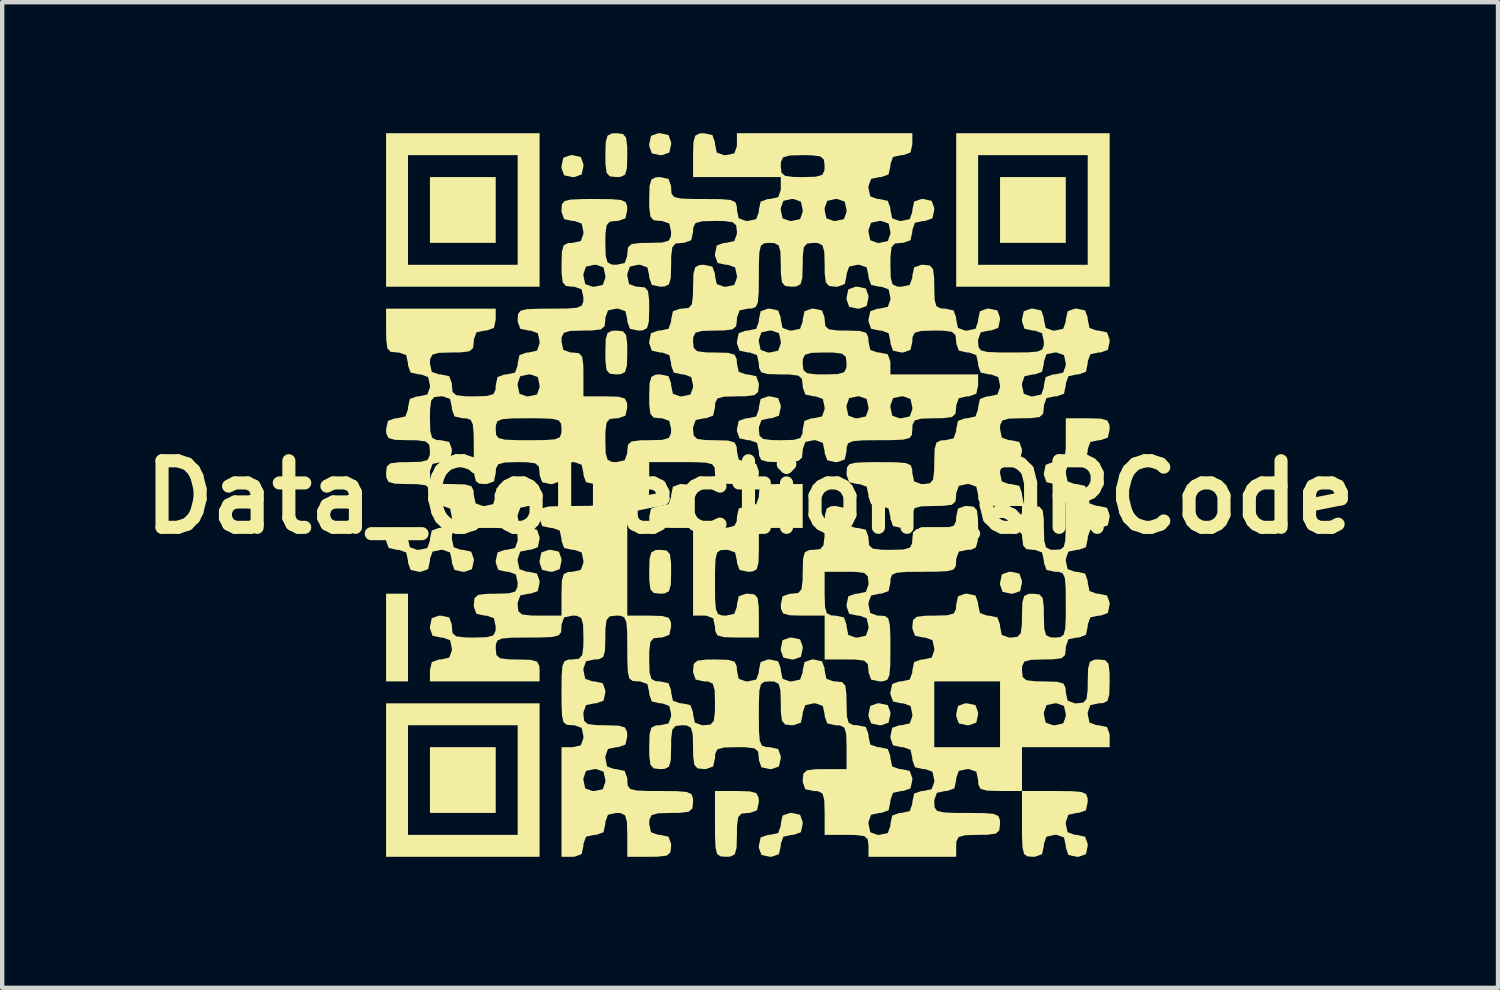
<source format=kicad_pcb>
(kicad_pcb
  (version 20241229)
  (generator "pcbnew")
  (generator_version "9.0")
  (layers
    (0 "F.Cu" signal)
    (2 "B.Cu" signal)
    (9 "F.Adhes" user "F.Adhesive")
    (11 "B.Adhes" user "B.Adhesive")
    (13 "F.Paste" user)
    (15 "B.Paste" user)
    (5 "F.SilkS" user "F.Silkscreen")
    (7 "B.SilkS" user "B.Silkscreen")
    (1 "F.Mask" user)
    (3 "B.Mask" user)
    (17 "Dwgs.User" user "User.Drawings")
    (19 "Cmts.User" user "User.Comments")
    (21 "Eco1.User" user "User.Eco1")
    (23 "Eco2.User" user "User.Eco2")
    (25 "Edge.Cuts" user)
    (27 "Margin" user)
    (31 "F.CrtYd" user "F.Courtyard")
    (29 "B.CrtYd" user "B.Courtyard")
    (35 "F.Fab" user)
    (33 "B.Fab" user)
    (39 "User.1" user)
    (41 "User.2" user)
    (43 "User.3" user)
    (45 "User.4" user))
  (footprint "Data_Collection_QRCode"
    (layer "F.Cu")
    (at 14.122 8.333)
    (property "Reference" "Data_Collection_QRCode" (at 0 0 0) (layer "F.SilkS") (effects (font (size 1.524 1.524) (thickness 0.3))))
    (attr board_only exclude_from_pos_files exclude_from_bom)
    (fp_poly (pts (xy -7.831 4.217) (xy -8.333 4.217) (xy -8.333 2.209) (xy -7.831 2.209)) (stroke (width 0) (type solid)) (fill yes) (layer "F.SilkS"))
    (fp_poly (pts (xy -5.823 -5.823) (xy -7.329 -5.823) (xy -7.329 -7.329) (xy -5.823 -7.329)) (stroke (width 0) (type solid)) (fill yes) (layer "F.SilkS"))
    (fp_poly (pts (xy -5.823 7.228) (xy -7.329 7.228) (xy -7.329 5.723) (xy -5.823 5.723)) (stroke (width 0) (type solid)) (fill yes) (layer "F.SilkS"))
    (fp_poly (pts (xy 7.228 -5.823) (xy 5.723 -5.823) (xy 5.723 -7.329) (xy 7.228 -7.329)) (stroke (width 0) (type solid)) (fill yes) (layer "F.SilkS"))
    (fp_poly (pts (xy -4.819 -4.819) (xy -8.333 -4.819) (xy -8.333 -5.321) (xy -7.831 -5.321) (xy -5.321 -5.321) (xy -5.321 -7.831) (xy -7.831 -7.831) (xy -7.831 -5.321) (xy -8.333 -5.321) (xy -8.333 -8.333) (xy -4.819 -8.333)) (stroke (width 0) (type solid)) (fill yes) (layer "F.SilkS"))
    (fp_poly (pts (xy -4.819 8.232) (xy -8.333 8.232) (xy -8.333 7.73) (xy -7.831 7.73) (xy -5.321 7.73) (xy -5.321 5.221) (xy -7.831 5.221) (xy -7.831 7.73) (xy -8.333 7.73) (xy -8.333 4.719) (xy -4.819 4.719)) (stroke (width 0) (type solid)) (fill yes) (layer "F.SilkS"))
    (fp_poly (pts (xy 8.232 -4.819) (xy 4.719 -4.819) (xy 4.719 -5.321) (xy 5.221 -5.321) (xy 7.73 -5.321) (xy 7.73 -7.831) (xy 5.221 -7.831) (xy 5.221 -5.321) (xy 4.719 -5.321) (xy 4.719 -8.333) (xy 8.232 -8.333)) (stroke (width 0) (type solid)) (fill yes) (layer "F.SilkS"))
    (fp_poly (pts (xy -4.377 1.246) (xy -4.318 1.409) (xy -4.317 1.456) (xy -4.358 1.647) (xy -4.522 1.706) (xy -4.568 1.707) (xy -4.759 1.665) (xy -4.818 1.502) (xy -4.819 1.456) (xy -4.778 1.265) (xy -4.614 1.206) (xy -4.568 1.205)) (stroke (width 0) (type solid)) (fill yes) (layer "F.SilkS"))
    (fp_poly (pts (xy -3.875 -7.789) (xy -3.816 -7.626) (xy -3.815 -7.58) (xy -3.856 -7.389) (xy -4.02 -7.33) (xy -4.066 -7.329) (xy -4.257 -7.37) (xy -4.316 -7.534) (xy -4.317 -7.58) (xy -4.276 -7.771) (xy -4.112 -7.83) (xy -4.066 -7.831)) (stroke (width 0) (type solid)) (fill yes) (layer "F.SilkS"))
    (fp_poly (pts (xy -1.867 -8.291) (xy -1.808 -8.128) (xy -1.807 -8.082) (xy -1.849 -7.891) (xy -2.012 -7.832) (xy -2.058 -7.831) (xy -2.249 -7.872) (xy -2.308 -8.036) (xy -2.309 -8.082) (xy -2.268 -8.273) (xy -2.104 -8.332) (xy -2.058 -8.333)) (stroke (width 0) (type solid)) (fill yes) (layer "F.SilkS"))
    (fp_poly (pts (xy 1.145 3.254) (xy 1.204 3.417) (xy 1.205 3.464) (xy 1.163 3.655) (xy 1 3.714) (xy 0.954 3.715) (xy 0.763 3.673) (xy 0.704 3.51) (xy 0.703 3.464) (xy 0.744 3.273) (xy 0.908 3.214) (xy 0.954 3.213)) (stroke (width 0) (type solid)) (fill yes) (layer "F.SilkS"))
    (fp_poly (pts (xy 2.651 -4.778) (xy 2.71 -4.614) (xy 2.711 -4.568) (xy 2.669 -4.377) (xy 2.506 -4.318) (xy 2.46 -4.317) (xy 2.269 -4.358) (xy 2.21 -4.522) (xy 2.209 -4.568) (xy 2.25 -4.759) (xy 2.413 -4.818) (xy 2.46 -4.819)) (stroke (width 0) (type solid)) (fill yes) (layer "F.SilkS"))
    (fp_poly (pts (xy 3.153 4.76) (xy 3.212 4.923) (xy 3.213 4.97) (xy 3.171 5.161) (xy 3.008 5.219) (xy 2.962 5.221) (xy 2.771 5.179) (xy 2.712 5.016) (xy 2.711 4.97) (xy 2.752 4.779) (xy 2.915 4.72) (xy 2.962 4.719)) (stroke (width 0) (type solid)) (fill yes) (layer "F.SilkS"))
    (fp_poly (pts (xy 5.161 4.76) (xy 5.219 4.923) (xy 5.221 4.97) (xy 5.179 5.161) (xy 5.016 5.219) (xy 4.97 5.221) (xy 4.779 5.179) (xy 4.72 5.016) (xy 4.719 4.97) (xy 4.76 4.779) (xy 4.923 4.72) (xy 4.97 4.719)) (stroke (width 0) (type solid)) (fill yes) (layer "F.SilkS"))
    (fp_poly (pts (xy 6.165 1.748) (xy 6.223 1.911) (xy 6.225 1.958) (xy 6.183 2.149) (xy 6.02 2.208) (xy 5.974 2.209) (xy 5.782 2.167) (xy 5.724 2.004) (xy 5.723 1.958) (xy 5.764 1.767) (xy 5.927 1.708) (xy 5.974 1.707)) (stroke (width 0) (type solid)) (fill yes) (layer "F.SilkS"))
    (fp_poly (pts (xy -2.913 -8.317) (xy -2.839 -8.233) (xy -2.813 -8.032) (xy -2.811 -7.831) (xy -2.819 -7.533) (xy -2.861 -7.384) (xy -2.961 -7.334) (xy -3.062 -7.329) (xy -3.211 -7.345) (xy -3.285 -7.428) (xy -3.311 -7.629) (xy -3.313 -7.831) (xy -3.305 -8.129) (xy -3.263 -8.277) (xy -3.163 -8.328) (xy -3.062 -8.333)) (stroke (width 0) (type solid)) (fill yes) (layer "F.SilkS"))
    (fp_poly (pts (xy -2.913 -3.799) (xy -2.839 -3.716) (xy -2.813 -3.514) (xy -2.811 -3.313) (xy -2.819 -3.015) (xy -2.861 -2.867) (xy -2.961 -2.816) (xy -3.062 -2.811) (xy -3.211 -2.827) (xy -3.285 -2.91) (xy -3.311 -3.112) (xy -3.313 -3.313) (xy -3.305 -3.611) (xy -3.263 -3.76) (xy -3.163 -3.81) (xy -3.062 -3.815)) (stroke (width 0) (type solid)) (fill yes) (layer "F.SilkS"))
    (fp_poly (pts (xy -1.909 1.221) (xy -1.835 1.304) (xy -1.809 1.505) (xy -1.807 1.707) (xy -1.815 2.005) (xy -1.857 2.153) (xy -1.957 2.204) (xy -2.058 2.209) (xy -2.207 2.192) (xy -2.281 2.109) (xy -2.307 1.908) (xy -2.309 1.707) (xy -2.301 1.409) (xy -2.259 1.26) (xy -2.159 1.209) (xy -2.058 1.205)) (stroke (width 0) (type solid)) (fill yes) (layer "F.SilkS"))
    (fp_poly (pts (xy -1.407 -0.285) (xy -1.333 -0.202) (xy -1.308 -0.001) (xy -1.305 0.201) (xy -1.305 0.703) (xy -1.807 0.703) (xy -2.105 0.695) (xy -2.254 0.653) (xy -2.304 0.553) (xy -2.309 0.452) (xy -2.268 0.261) (xy -2.104 0.202) (xy -2.058 0.201) (xy -1.867 0.159) (xy -1.808 -0.004) (xy -1.807 -0.05) (xy -1.766 -0.241) (xy -1.602 -0.3) (xy -1.556 -0.301)) (stroke (width 0) (type solid)) (fill yes) (layer "F.SilkS"))
    (fp_poly (pts (xy -0.003 6.735) (xy 0.145 6.776) (xy 0.196 6.877) (xy 0.201 6.977) (xy 0.159 7.169) (xy -0.004 7.227) (xy -0.05 7.228) (xy -0.199 7.245) (xy -0.273 7.328) (xy -0.299 7.529) (xy -0.301 7.73) (xy -0.309 8.028) (xy -0.351 8.177) (xy -0.451 8.228) (xy -0.552 8.232) (xy -0.68 8.223) (xy -0.755 8.167) (xy -0.791 8.021) (xy -0.802 7.744) (xy -0.803 7.479) (xy -0.803 6.726) (xy -0.301 6.726)) (stroke (width 0) (type solid)) (fill yes) (layer "F.SilkS"))
    (fp_poly (pts (xy 1.145 7.27) (xy 1.204 7.433) (xy 1.205 7.479) (xy 1.163 7.67) (xy 1 7.729) (xy 0.954 7.73) (xy 0.763 7.772) (xy 0.704 7.935) (xy 0.703 7.981) (xy 0.661 8.172) (xy 0.498 8.231) (xy 0.452 8.232) (xy 0.261 8.191) (xy 0.202 8.028) (xy 0.201 7.981) (xy 0.242 7.79) (xy 0.406 7.731) (xy 0.452 7.73) (xy 0.643 7.689) (xy 0.702 7.526) (xy 0.703 7.479) (xy 0.744 7.288) (xy 0.908 7.23) (xy 0.954 7.228)) (stroke (width 0) (type solid)) (fill yes) (layer "F.SilkS"))
    (fp_poly (pts (xy 7.36 6.73) (xy 7.585 6.748) (xy 7.693 6.797) (xy 7.728 6.889) (xy 7.73 6.977) (xy 7.689 7.169) (xy 7.526 7.227) (xy 7.479 7.228) (xy 7.288 7.27) (xy 7.23 7.433) (xy 7.228 7.479) (xy 7.27 7.67) (xy 7.433 7.729) (xy 7.479 7.73) (xy 7.67 7.772) (xy 7.729 7.935) (xy 7.73 7.981) (xy 7.689 8.172) (xy 7.526 8.231) (xy 7.479 8.232) (xy 7.288 8.191) (xy 7.23 8.028) (xy 7.228 7.981) (xy 7.187 7.79) (xy 7.024 7.731) (xy 6.977 7.73) (xy 6.786 7.772) (xy 6.728 7.935) (xy 6.726 7.981) (xy 6.685 8.172) (xy 6.522 8.231) (xy 6.475 8.232) (xy 6.348 8.223) (xy 6.273 8.167) (xy 6.237 8.021) (xy 6.225 7.744) (xy 6.225 7.479) (xy 6.225 6.726) (xy 6.977 6.726)) (stroke (width 0) (type solid)) (fill yes) (layer "F.SilkS"))
    (fp_poly (pts (xy 1.205 0.703) (xy 0.201 0.703) (xy 0.201 1.205) (xy 0.193 1.503) (xy 0.151 1.651) (xy 0.051 1.702) (xy -0.05 1.707) (xy -0.241 1.665) (xy -0.3 1.502) (xy -0.301 1.456) (xy -0.343 1.265) (xy -0.506 1.206) (xy -0.552 1.205) (xy -0.68 1.214) (xy -0.755 1.27) (xy -0.791 1.416) (xy -0.802 1.693) (xy -0.803 1.958) (xy -0.8 2.341) (xy -0.781 2.565) (xy -0.733 2.674) (xy -0.64 2.708) (xy -0.552 2.711) (xy -0.361 2.669) (xy -0.302 2.506) (xy -0.301 2.46) (xy -0.26 2.269) (xy -0.096 2.21) (xy -0.05 2.209) (xy 0.099 2.225) (xy 0.173 2.308) (xy 0.198 2.509) (xy 0.201 2.711) (xy 0.201 3.213) (xy -0.301 3.213) (xy -0.599 3.205) (xy -0.748 3.163) (xy -0.798 3.062) (xy -0.803 2.962) (xy -0.845 2.771) (xy -1.008 2.712) (xy -1.054 2.711) (xy -1.305 2.711) (xy -1.305 0.703) (xy -0.803 0.703) (xy -0.505 0.695) (xy -0.357 0.653) (xy -0.306 0.553) (xy -0.301 0.452) (xy -0.26 0.261) (xy -0.096 0.202) (xy -0.05 0.201) (xy 0.141 0.159) (xy 0.2 -0.004) (xy 0.201 -0.05) (xy 0.217 -0.199) (xy 0.3 -0.273) (xy 0.501 -0.299) (xy 0.703 -0.301) (xy 1.205 -0.301)) (stroke (width 0) (type solid)) (fill yes) (layer "F.SilkS"))
    (fp_poly (pts (xy 5.119 0.217) (xy 5.193 0.3) (xy 5.218 0.501) (xy 5.221 0.703) (xy 5.212 1.001) (xy 5.171 1.149) (xy 5.07 1.2) (xy 4.97 1.205) (xy 4.779 1.246) (xy 4.72 1.409) (xy 4.719 1.456) (xy 4.709 1.583) (xy 4.653 1.658) (xy 4.507 1.694) (xy 4.23 1.706) (xy 3.966 1.707) (xy 3.583 1.71) (xy 3.358 1.729) (xy 3.25 1.777) (xy 3.215 1.87) (xy 3.213 1.958) (xy 3.171 2.149) (xy 3.008 2.208) (xy 2.962 2.209) (xy 2.771 2.25) (xy 2.712 2.413) (xy 2.711 2.46) (xy 2.752 2.651) (xy 2.915 2.71) (xy 2.962 2.711) (xy 3.089 2.72) (xy 3.164 2.776) (xy 3.2 2.922) (xy 3.212 3.199) (xy 3.213 3.464) (xy 3.21 3.847) (xy 3.191 4.071) (xy 3.142 4.179) (xy 3.05 4.214) (xy 2.962 4.217) (xy 2.771 4.175) (xy 2.712 4.012) (xy 2.711 3.966) (xy 2.694 3.817) (xy 2.611 3.742) (xy 2.41 3.717) (xy 2.209 3.715) (xy 1.707 3.715) (xy 1.707 2.711) (xy 1.205 2.711) (xy 0.907 2.703) (xy 0.758 2.661) (xy 0.708 2.56) (xy 0.703 2.46) (xy 0.744 2.269) (xy 0.908 2.21) (xy 0.954 2.209) (xy 1.707 2.209) (xy 1.715 2.507) (xy 1.756 2.655) (xy 1.857 2.706) (xy 1.958 2.711) (xy 2.149 2.752) (xy 2.208 2.915) (xy 2.209 2.962) (xy 2.25 3.153) (xy 2.413 3.212) (xy 2.46 3.213) (xy 2.651 3.171) (xy 2.71 3.008) (xy 2.711 2.962) (xy 2.669 2.771) (xy 2.506 2.712) (xy 2.46 2.711) (xy 2.269 2.669) (xy 2.21 2.506) (xy 2.209 2.46) (xy 2.25 2.269) (xy 2.413 2.21) (xy 2.46 2.209) (xy 2.651 2.167) (xy 2.71 2.004) (xy 2.711 1.958) (xy 2.694 1.809) (xy 2.611 1.734) (xy 2.41 1.709) (xy 2.209 1.707) (xy 1.707 1.707) (xy 1.707 2.209) (xy 0.954 2.209) (xy 1.103 2.192) (xy 1.177 2.109) (xy 1.202 1.908) (xy 1.205 1.707) (xy 1.213 1.409) (xy 1.254 1.26) (xy 1.355 1.209) (xy 1.456 1.205) (xy 1.605 1.188) (xy 1.679 1.105) (xy 1.704 0.904) (xy 1.707 0.703) (xy 1.715 0.405) (xy 1.756 0.256) (xy 1.857 0.206) (xy 1.958 0.201) (xy 2.149 0.242) (xy 2.208 0.406) (xy 2.209 0.452) (xy 2.25 0.643) (xy 2.413 0.702) (xy 2.46 0.703) (xy 2.651 0.744) (xy 2.71 0.908) (xy 2.711 0.954) (xy 2.727 1.103) (xy 2.81 1.177) (xy 3.011 1.202) (xy 3.213 1.205) (xy 3.511 1.197) (xy 3.659 1.155) (xy 3.71 1.054) (xy 3.715 0.954) (xy 3.731 0.805) (xy 3.814 0.73) (xy 4.015 0.705) (xy 4.217 0.703) (xy 4.515 0.695) (xy 4.663 0.653) (xy 4.714 0.553) (xy 4.719 0.452) (xy 4.76 0.261) (xy 4.923 0.202) (xy 4.97 0.201)) (stroke (width 0) (type solid)) (fill yes) (layer "F.SilkS"))
    (fp_poly (pts (xy 1.647 -4.276) (xy 1.706 -4.112) (xy 1.707 -4.066) (xy 1.723 -3.917) (xy 1.806 -3.843) (xy 2.007 -3.817) (xy 2.209 -3.815) (xy 2.507 -3.807) (xy 2.655 -3.765) (xy 2.706 -3.665) (xy 2.711 -3.564) (xy 2.752 -3.373) (xy 2.915 -3.314) (xy 2.962 -3.313) (xy 3.153 -3.272) (xy 3.212 -3.108) (xy 3.213 -3.062) (xy 3.213 -2.811) (xy 5.221 -2.811) (xy 5.221 -2.56) (xy 5.179 -2.369) (xy 5.016 -2.31) (xy 4.97 -2.309) (xy 4.779 -2.268) (xy 4.72 -2.104) (xy 4.719 -2.058) (xy 4.702 -1.909) (xy 4.619 -1.835) (xy 4.418 -1.809) (xy 4.217 -1.807) (xy 3.919 -1.799) (xy 3.77 -1.757) (xy 3.719 -1.657) (xy 3.715 -1.556) (xy 3.705 -1.428) (xy 3.649 -1.354) (xy 3.503 -1.318) (xy 3.226 -1.306) (xy 2.962 -1.305) (xy 2.579 -1.302) (xy 2.354 -1.283) (xy 2.246 -1.235) (xy 2.211 -1.142) (xy 2.209 -1.054) (xy 2.167 -0.863) (xy 2.004 -0.804) (xy 1.958 -0.803) (xy 1.767 -0.845) (xy 1.708 -1.008) (xy 1.707 -1.054) (xy 1.665 -1.245) (xy 1.502 -1.304) (xy 1.456 -1.305) (xy 1.265 -1.264) (xy 1.206 -1.1) (xy 1.205 -1.054) (xy 1.188 -0.905) (xy 1.105 -0.831) (xy 0.904 -0.806) (xy 0.703 -0.803) (xy 0.405 -0.811) (xy 0.256 -0.853) (xy 0.206 -0.953) (xy 0.201 -1.054) (xy 0.159 -1.245) (xy -0.004 -1.304) (xy -0.05 -1.305) (xy -0.241 -1.347) (xy -0.3 -1.51) (xy -0.301 -1.556) (xy -0.26 -1.747) (xy -0.096 -1.806) (xy -0.05 -1.807) (xy 0.141 -1.849) (xy 0.2 -2.012) (xy 0.201 -2.058) (xy 0.242 -2.249) (xy 0.406 -2.308) (xy 0.452 -2.309) (xy 0.643 -2.268) (xy 0.702 -2.104) (xy 0.703 -2.058) (xy 0.661 -1.867) (xy 0.498 -1.808) (xy 0.452 -1.807) (xy 0.261 -1.766) (xy 0.202 -1.602) (xy 0.201 -1.556) (xy 0.217 -1.407) (xy 0.3 -1.333) (xy 0.501 -1.308) (xy 0.703 -1.305) (xy 1.001 -1.313) (xy 1.149 -1.355) (xy 1.2 -1.455) (xy 1.205 -1.556) (xy 1.246 -1.747) (xy 1.409 -1.806) (xy 1.456 -1.807) (xy 1.647 -1.849) (xy 1.706 -2.012) (xy 1.707 -2.058) (xy 2.209 -2.058) (xy 2.25 -1.867) (xy 2.413 -1.808) (xy 2.46 -1.807) (xy 2.651 -1.849) (xy 2.71 -2.012) (xy 2.711 -2.058) (xy 3.213 -2.058) (xy 3.254 -1.867) (xy 3.417 -1.808) (xy 3.464 -1.807) (xy 3.655 -1.849) (xy 3.714 -2.012) (xy 3.715 -2.058) (xy 3.673 -2.249) (xy 3.51 -2.308) (xy 3.464 -2.309) (xy 3.273 -2.268) (xy 3.214 -2.104) (xy 3.213 -2.058) (xy 2.711 -2.058) (xy 2.669 -2.249) (xy 2.506 -2.308) (xy 2.46 -2.309) (xy 2.269 -2.268) (xy 2.21 -2.104) (xy 2.209 -2.058) (xy 1.707 -2.058) (xy 1.665 -2.249) (xy 1.502 -2.308) (xy 1.456 -2.309) (xy 1.265 -2.351) (xy 1.206 -2.514) (xy 1.205 -2.56) (xy 1.188 -2.709) (xy 1.105 -2.783) (xy 0.904 -2.809) (xy 0.703 -2.811) (xy 0.405 -2.819) (xy 0.256 -2.861) (xy 0.206 -2.961) (xy 0.201 -3.062) (xy 1.205 -3.062) (xy 1.221 -2.913) (xy 1.304 -2.839) (xy 1.505 -2.813) (xy 1.707 -2.811) (xy 2.005 -2.819) (xy 2.153 -2.861) (xy 2.204 -2.961) (xy 2.209 -3.062) (xy 2.192 -3.211) (xy 2.109 -3.285) (xy 1.908 -3.311) (xy 1.707 -3.313) (xy 1.409 -3.305) (xy 1.26 -3.263) (xy 1.209 -3.163) (xy 1.205 -3.062) (xy 0.201 -3.062) (xy 0.159 -3.253) (xy -0.004 -3.312) (xy -0.05 -3.313) (xy -0.241 -3.355) (xy -0.3 -3.518) (xy -0.301 -3.564) (xy 0.201 -3.564) (xy 0.242 -3.373) (xy 0.406 -3.314) (xy 0.452 -3.313) (xy 0.643 -3.355) (xy 0.702 -3.518) (xy 0.703 -3.564) (xy 0.661 -3.755) (xy 0.498 -3.814) (xy 0.452 -3.815) (xy 0.261 -3.774) (xy 0.202 -3.61) (xy 0.201 -3.564) (xy -0.301 -3.564) (xy -0.26 -3.755) (xy -0.096 -3.814) (xy -0.05 -3.815) (xy 0.141 -3.856) (xy 0.2 -4.02) (xy 0.201 -4.066) (xy 0.242 -4.257) (xy 0.406 -4.316) (xy 0.452 -4.317) (xy 0.643 -4.276) (xy 0.702 -4.112) (xy 0.703 -4.066) (xy 0.744 -3.875) (xy 0.908 -3.816) (xy 0.954 -3.815) (xy 1.145 -3.856) (xy 1.204 -4.02) (xy 1.205 -4.066) (xy 1.246 -4.257) (xy 1.409 -4.316) (xy 1.456 -4.317)) (stroke (width 0) (type solid)) (fill yes) (layer "F.SilkS"))
    (fp_poly (pts (xy 3.715 -8.082) (xy 3.673 -7.891) (xy 3.51 -7.832) (xy 3.464 -7.831) (xy 3.273 -7.789) (xy 3.214 -7.626) (xy 3.213 -7.58) (xy 3.171 -7.389) (xy 3.008 -7.33) (xy 2.962 -7.329) (xy 2.771 -7.287) (xy 2.712 -7.124) (xy 2.711 -7.078) (xy 2.752 -6.887) (xy 2.915 -6.828) (xy 2.962 -6.827) (xy 3.153 -6.785) (xy 3.212 -6.622) (xy 3.213 -6.576) (xy 3.254 -6.385) (xy 3.417 -6.326) (xy 3.464 -6.325) (xy 3.655 -6.366) (xy 3.714 -6.53) (xy 3.715 -6.576) (xy 3.756 -6.767) (xy 3.919 -6.826) (xy 3.966 -6.827) (xy 4.157 -6.785) (xy 4.216 -6.622) (xy 4.217 -6.576) (xy 4.175 -6.385) (xy 4.012 -6.326) (xy 3.966 -6.325) (xy 3.775 -6.283) (xy 3.716 -6.12) (xy 3.715 -6.074) (xy 3.673 -5.883) (xy 3.51 -5.824) (xy 3.464 -5.823) (xy 3.315 -5.807) (xy 3.24 -5.724) (xy 3.215 -5.522) (xy 3.213 -5.321) (xy 3.221 -5.023) (xy 3.262 -4.874) (xy 3.363 -4.824) (xy 3.464 -4.819) (xy 3.655 -4.86) (xy 3.714 -5.024) (xy 3.715 -5.07) (xy 3.756 -5.261) (xy 3.919 -5.32) (xy 3.966 -5.321) (xy 4.115 -5.305) (xy 4.189 -5.222) (xy 4.214 -5.02) (xy 4.217 -4.819) (xy 4.225 -4.521) (xy 4.266 -4.372) (xy 4.367 -4.322) (xy 4.468 -4.317) (xy 4.659 -4.276) (xy 4.718 -4.112) (xy 4.719 -4.066) (xy 4.76 -3.875) (xy 4.923 -3.816) (xy 4.97 -3.815) (xy 5.161 -3.856) (xy 5.219 -4.02) (xy 5.221 -4.066) (xy 5.262 -4.257) (xy 5.425 -4.316) (xy 5.472 -4.317) (xy 5.663 -4.276) (xy 5.721 -4.112) (xy 5.723 -4.066) (xy 5.681 -3.875) (xy 5.518 -3.816) (xy 5.472 -3.815) (xy 5.28 -3.774) (xy 5.222 -3.61) (xy 5.221 -3.564) (xy 5.23 -3.436) (xy 5.286 -3.362) (xy 5.432 -3.325) (xy 5.709 -3.314) (xy 5.974 -3.313) (xy 6.357 -3.316) (xy 6.581 -3.335) (xy 6.689 -3.383) (xy 6.724 -3.476) (xy 6.726 -3.564) (xy 6.685 -3.755) (xy 6.522 -3.814) (xy 6.475 -3.815) (xy 6.284 -3.856) (xy 6.226 -4.02) (xy 6.225 -4.066) (xy 6.266 -4.257) (xy 6.429 -4.316) (xy 6.475 -4.317) (xy 6.667 -4.276) (xy 6.725 -4.112) (xy 6.726 -4.066) (xy 6.768 -3.875) (xy 6.931 -3.816) (xy 6.977 -3.815) (xy 7.169 -3.856) (xy 7.227 -4.02) (xy 7.228 -4.066) (xy 7.27 -4.257) (xy 7.433 -4.316) (xy 7.479 -4.317) (xy 7.67 -4.276) (xy 7.729 -4.112) (xy 7.73 -4.066) (xy 7.772 -3.875) (xy 7.935 -3.816) (xy 7.981 -3.815) (xy 8.172 -3.774) (xy 8.231 -3.61) (xy 8.232 -3.564) (xy 8.191 -3.373) (xy 8.028 -3.314) (xy 7.981 -3.313) (xy 7.79 -3.272) (xy 7.731 -3.108) (xy 7.73 -3.062) (xy 7.689 -2.871) (xy 7.526 -2.812) (xy 7.479 -2.811) (xy 7.288 -2.77) (xy 7.23 -2.606) (xy 7.228 -2.56) (xy 7.187 -2.369) (xy 7.024 -2.31) (xy 6.977 -2.309) (xy 6.786 -2.268) (xy 6.728 -2.104) (xy 6.726 -2.058) (xy 6.71 -1.909) (xy 6.627 -1.835) (xy 6.426 -1.809) (xy 6.225 -1.807) (xy 5.927 -1.799) (xy 5.778 -1.757) (xy 5.727 -1.657) (xy 5.723 -1.556) (xy 5.764 -1.365) (xy 5.927 -1.306) (xy 5.974 -1.305) (xy 6.165 -1.264) (xy 6.223 -1.1) (xy 6.225 -1.054) (xy 6.183 -0.863) (xy 6.02 -0.804) (xy 5.974 -0.803) (xy 5.782 -0.762) (xy 5.724 -0.598) (xy 5.723 -0.552) (xy 5.764 -0.361) (xy 5.927 -0.302) (xy 5.974 -0.301) (xy 6.165 -0.26) (xy 6.223 -0.096) (xy 6.225 -0.05) (xy 6.266 0.141) (xy 6.429 0.2) (xy 6.475 0.201) (xy 6.624 0.217) (xy 6.699 0.3) (xy 6.724 0.501) (xy 6.726 0.703) (xy 6.735 1.001) (xy 6.776 1.149) (xy 6.877 1.2) (xy 6.977 1.205) (xy 7.105 1.195) (xy 7.18 1.139) (xy 7.216 0.993) (xy 7.228 0.716) (xy 7.228 0.452) (xy 7.225 0.069) (xy 7.207 -0.156) (xy 7.158 -0.264) (xy 7.066 -0.298) (xy 6.977 -0.301) (xy 6.786 -0.343) (xy 6.728 -0.506) (xy 6.726 -0.552) (xy 6.768 -0.743) (xy 6.931 -0.802) (xy 6.977 -0.803) (xy 7.126 -0.819) (xy 7.201 -0.902) (xy 7.226 -1.104) (xy 7.228 -1.305) (xy 7.228 -1.807) (xy 7.73 -1.807) (xy 8.028 -1.799) (xy 8.177 -1.757) (xy 8.228 -1.657) (xy 8.232 -1.556) (xy 8.191 -1.365) (xy 8.028 -1.306) (xy 7.981 -1.305) (xy 7.79 -1.264) (xy 7.731 -1.1) (xy 7.73 -1.054) (xy 7.689 -0.863) (xy 7.526 -0.804) (xy 7.479 -0.803) (xy 7.288 -0.762) (xy 7.23 -0.598) (xy 7.228 -0.552) (xy 7.27 -0.361) (xy 7.433 -0.302) (xy 7.479 -0.301) (xy 7.67 -0.26) (xy 7.729 -0.096) (xy 7.73 -0.05) (xy 7.772 0.141) (xy 7.935 0.2) (xy 7.981 0.201) (xy 8.172 0.242) (xy 8.231 0.406) (xy 8.232 0.452) (xy 8.191 0.643) (xy 8.028 0.702) (xy 7.981 0.703) (xy 7.79 0.744) (xy 7.731 0.908) (xy 7.73 0.954) (xy 7.689 1.145) (xy 7.526 1.204) (xy 7.479 1.205) (xy 7.288 1.246) (xy 7.23 1.409) (xy 7.228 1.456) (xy 7.27 1.647) (xy 7.433 1.706) (xy 7.479 1.707) (xy 7.67 1.748) (xy 7.729 1.911) (xy 7.73 1.958) (xy 7.772 2.149) (xy 7.935 2.208) (xy 7.981 2.209) (xy 8.172 2.25) (xy 8.231 2.413) (xy 8.232 2.46) (xy 8.191 2.651) (xy 8.028 2.71) (xy 7.981 2.711) (xy 7.79 2.752) (xy 7.731 2.915) (xy 7.73 2.962) (xy 7.689 3.153) (xy 7.526 3.212) (xy 7.479 3.213) (xy 7.288 3.254) (xy 7.23 3.417) (xy 7.228 3.464) (xy 7.212 3.613) (xy 7.129 3.687) (xy 6.928 3.712) (xy 6.726 3.715) (xy 6.429 3.723) (xy 6.28 3.764) (xy 6.229 3.865) (xy 6.225 3.966) (xy 6.241 4.115) (xy 6.324 4.189) (xy 6.525 4.214) (xy 6.726 4.217) (xy 7.024 4.225) (xy 7.173 4.266) (xy 7.224 4.367) (xy 7.228 4.468) (xy 7.27 4.659) (xy 7.433 4.718) (xy 7.479 4.719) (xy 7.628 4.702) (xy 7.703 4.619) (xy 7.728 4.418) (xy 7.73 4.217) (xy 7.739 3.919) (xy 7.78 3.77) (xy 7.881 3.719) (xy 7.981 3.715) (xy 8.13 3.731) (xy 8.205 3.814) (xy 8.23 4.015) (xy 8.232 4.217) (xy 8.224 4.515) (xy 8.183 4.663) (xy 8.082 4.714) (xy 7.981 4.719) (xy 7.79 4.76) (xy 7.731 4.923) (xy 7.73 4.97) (xy 7.772 5.161) (xy 7.935 5.219) (xy 7.981 5.221) (xy 8.172 5.262) (xy 8.231 5.425) (xy 8.232 5.472) (xy 8.232 5.723) (xy 6.225 5.723) (xy 6.225 6.726) (xy 5.723 6.726) (xy 5.425 6.718) (xy 5.276 6.677) (xy 5.225 6.576) (xy 5.221 6.475) (xy 5.179 6.284) (xy 5.016 6.226) (xy 4.97 6.225) (xy 4.779 6.266) (xy 4.72 6.429) (xy 4.719 6.475) (xy 4.677 6.667) (xy 4.514 6.725) (xy 4.468 6.726) (xy 4.277 6.768) (xy 4.218 6.931) (xy 4.217 6.977) (xy 4.226 7.105) (xy 4.282 7.18) (xy 4.428 7.216) (xy 4.705 7.228) (xy 4.97 7.228) (xy 5.353 7.232) (xy 5.577 7.25) (xy 5.685 7.299) (xy 5.72 7.391) (xy 5.723 7.479) (xy 5.706 7.628) (xy 5.623 7.703) (xy 5.422 7.728) (xy 5.221 7.73) (xy 4.923 7.739) (xy 4.774 7.78) (xy 4.723 7.881) (xy 4.719 7.981) (xy 4.719 8.232) (xy 2.711 8.232) (xy 2.711 7.981) (xy 2.694 7.832) (xy 2.611 7.758) (xy 2.41 7.733) (xy 2.209 7.73) (xy 1.707 7.73) (xy 1.707 7.228) (xy 1.699 6.931) (xy 1.657 6.782) (xy 1.556 6.731) (xy 1.456 6.726) (xy 1.265 6.685) (xy 1.206 6.522) (xy 1.205 6.475) (xy 1.221 6.327) (xy 1.304 6.252) (xy 1.505 6.227) (xy 1.707 6.225) (xy 2.209 6.225) (xy 2.209 5.723) (xy 2.201 5.425) (xy 2.159 5.276) (xy 2.058 5.225) (xy 1.958 5.221) (xy 1.767 5.179) (xy 1.708 5.016) (xy 1.707 4.97) (xy 1.665 4.779) (xy 1.502 4.72) (xy 1.456 4.719) (xy 1.265 4.76) (xy 1.206 4.923) (xy 1.205 4.97) (xy 1.163 5.161) (xy 1 5.219) (xy 0.954 5.221) (xy 0.805 5.204) (xy 0.73 5.121) (xy 0.705 4.92) (xy 0.703 4.719) (xy 0.695 4.421) (xy 0.653 4.272) (xy 0.553 4.221) (xy 0.452 4.217) (xy 0.324 4.226) (xy 0.249 4.282) (xy 0.213 4.428) (xy 0.202 4.705) (xy 0.201 4.97) (xy 0.204 5.353) (xy 0.223 5.577) (xy 0.271 5.685) (xy 0.364 5.72) (xy 0.452 5.723) (xy 0.643 5.764) (xy 0.702 5.927) (xy 0.703 5.974) (xy 0.661 6.165) (xy 0.498 6.223) (xy 0.452 6.225) (xy 0.261 6.183) (xy 0.202 6.02) (xy 0.201 5.974) (xy 0.185 5.825) (xy 0.101 5.75) (xy -0.1 5.725) (xy -0.301 5.723) (xy -0.599 5.731) (xy -0.748 5.772) (xy -0.798 5.873) (xy -0.803 5.974) (xy -0.845 6.165) (xy -1.008 6.223) (xy -1.054 6.225) (xy -1.203 6.208) (xy -1.277 6.125) (xy -1.303 5.924) (xy -1.305 5.723) (xy -1.313 5.425) (xy -1.355 5.276) (xy -1.455 5.225) (xy -1.556 5.221) (xy -1.705 5.237) (xy -1.779 5.32) (xy -1.805 5.521) (xy -1.807 5.723) (xy -1.815 6.02) (xy -1.857 6.169) (xy -1.957 6.22) (xy -2.058 6.225) (xy -2.207 6.208) (xy -2.281 6.125) (xy -2.307 5.924) (xy -2.309 5.723) (xy -2.301 5.425) (xy -2.259 5.276) (xy -2.159 5.225) (xy -2.058 5.221) (xy -1.867 5.179) (xy -1.808 5.016) (xy -1.807 4.97) (xy -1.849 4.779) (xy -2.012 4.72) (xy -2.058 4.719) (xy -2.249 4.677) (xy -2.308 4.514) (xy -2.309 4.468) (xy -2.351 4.277) (xy -2.514 4.218) (xy -2.56 4.217) (xy -2.688 4.207) (xy -2.763 4.151) (xy -2.799 4.005) (xy -2.81 3.728) (xy -2.811 3.464) (xy -2.814 3.081) (xy -2.833 2.856) (xy -2.882 2.748) (xy -2.974 2.713) (xy -3.062 2.711) (xy -2.811 2.711) (xy -2.309 2.711) (xy -2.011 2.719) (xy -1.863 2.76) (xy -1.812 2.861) (xy -1.807 2.962) (xy -1.849 3.153) (xy -2.012 3.212) (xy -2.058 3.213) (xy -2.207 3.229) (xy -2.281 3.312) (xy -2.307 3.513) (xy -2.309 3.715) (xy -2.301 4.013) (xy -2.259 4.161) (xy -2.159 4.212) (xy -2.058 4.217) (xy -1.867 4.258) (xy -1.808 4.421) (xy -1.807 4.468) (xy -1.766 4.659) (xy -1.602 4.718) (xy -1.556 4.719) (xy -1.365 4.76) (xy -1.306 4.923) (xy -1.305 4.97) (xy -1.264 5.161) (xy -1.1 5.219) (xy -1.054 5.221) (xy -0.905 5.204) (xy -0.831 5.121) (xy -0.806 4.92) (xy -0.803 4.719) (xy -0.811 4.421) (xy -0.853 4.272) (xy -0.953 4.221) (xy -1.054 4.217) (xy -1.245 4.175) (xy -1.304 4.012) (xy -1.305 3.966) (xy -1.289 3.817) (xy -1.206 3.742) (xy -1.005 3.717) (xy -0.803 3.715) (xy -0.505 3.723) (xy -0.357 3.764) (xy -0.306 3.865) (xy -0.301 3.966) (xy -0.26 4.157) (xy -0.096 4.216) (xy -0.05 4.217) (xy 0.141 4.175) (xy 0.2 4.012) (xy 0.201 3.966) (xy 0.242 3.775) (xy 0.406 3.716) (xy 0.452 3.715) (xy 0.643 3.756) (xy 0.702 3.919) (xy 0.703 3.966) (xy 0.744 4.157) (xy 0.908 4.216) (xy 0.954 4.217) (xy 1.145 4.175) (xy 1.204 4.012) (xy 1.205 3.966) (xy 1.246 3.775) (xy 1.409 3.716) (xy 1.456 3.715) (xy 1.647 3.756) (xy 1.706 3.919) (xy 1.707 3.966) (xy 1.748 4.157) (xy 1.911 4.216) (xy 1.958 4.217) (xy 2.107 4.233) (xy 2.181 4.316) (xy 2.206 4.517) (xy 2.209 4.719) (xy 2.217 5.016) (xy 2.258 5.165) (xy 2.359 5.216) (xy 2.46 5.221) (xy 2.651 5.262) (xy 2.71 5.425) (xy 2.711 5.472) (xy 2.752 5.663) (xy 2.915 5.721) (xy 2.962 5.723) (xy 3.153 5.764) (xy 3.212 5.927) (xy 3.213 5.974) (xy 3.254 6.165) (xy 3.417 6.223) (xy 3.464 6.225) (xy 3.655 6.266) (xy 3.714 6.429) (xy 3.715 6.475) (xy 3.673 6.667) (xy 3.51 6.725) (xy 3.464 6.726) (xy 3.273 6.768) (xy 3.214 6.931) (xy 3.213 6.977) (xy 3.171 7.169) (xy 3.008 7.227) (xy 2.962 7.228) (xy 2.771 7.27) (xy 2.712 7.433) (xy 2.711 7.479) (xy 2.752 7.67) (xy 2.915 7.729) (xy 2.962 7.73) (xy 3.153 7.689) (xy 3.212 7.526) (xy 3.213 7.479) (xy 3.254 7.288) (xy 3.417 7.23) (xy 3.464 7.228) (xy 3.655 7.187) (xy 3.714 7.024) (xy 3.715 6.977) (xy 3.756 6.786) (xy 3.919 6.728) (xy 3.966 6.726) (xy 4.157 6.685) (xy 4.216 6.522) (xy 4.217 6.475) (xy 4.175 6.284) (xy 4.012 6.226) (xy 3.966 6.225) (xy 3.775 6.183) (xy 3.716 6.02) (xy 3.715 5.974) (xy 3.673 5.782) (xy 3.51 5.724) (xy 3.464 5.723) (xy 4.217 5.723) (xy 5.723 5.723) (xy 5.723 4.97) (xy 6.726 4.97) (xy 6.768 5.161) (xy 6.931 5.219) (xy 6.977 5.221) (xy 7.169 5.179) (xy 7.227 5.016) (xy 7.228 4.97) (xy 7.187 4.779) (xy 7.024 4.72) (xy 6.977 4.719) (xy 6.786 4.76) (xy 6.728 4.923) (xy 6.726 4.97) (xy 5.723 4.97) (xy 5.723 4.217) (xy 4.217 4.217) (xy 4.217 5.723) (xy 3.464 5.723) (xy 3.273 5.681) (xy 3.214 5.518) (xy 3.213 5.472) (xy 3.254 5.28) (xy 3.417 5.222) (xy 3.464 5.221) (xy 3.655 5.179) (xy 3.714 5.016) (xy 3.715 4.97) (xy 3.673 4.779) (xy 3.51 4.72) (xy 3.464 4.719) (xy 3.273 4.677) (xy 3.214 4.514) (xy 3.213 4.468) (xy 3.254 4.277) (xy 3.417 4.218) (xy 3.464 4.217) (xy 3.655 4.175) (xy 3.714 4.012) (xy 3.715 3.966) (xy 3.756 3.775) (xy 3.919 3.716) (xy 3.966 3.715) (xy 4.157 3.673) (xy 4.216 3.51) (xy 4.217 3.464) (xy 4.175 3.273) (xy 4.012 3.214) (xy 3.966 3.213) (xy 3.775 3.171) (xy 3.716 3.008) (xy 3.715 2.962) (xy 3.731 2.813) (xy 3.814 2.738) (xy 4.015 2.713) (xy 4.217 2.711) (xy 4.515 2.703) (xy 4.663 2.661) (xy 4.714 2.56) (xy 4.719 2.46) (xy 4.76 2.269) (xy 4.923 2.21) (xy 4.97 2.209) (xy 5.161 2.25) (xy 5.219 2.413) (xy 5.221 2.46) (xy 5.262 2.651) (xy 5.425 2.71) (xy 5.472 2.711) (xy 5.663 2.752) (xy 5.721 2.915) (xy 5.723 2.962) (xy 5.764 3.153) (xy 5.927 3.212) (xy 5.974 3.213) (xy 6.122 3.196) (xy 6.197 3.113) (xy 6.222 2.912) (xy 6.225 2.711) (xy 6.233 2.413) (xy 6.274 2.264) (xy 6.375 2.213) (xy 6.475 2.209) (xy 6.624 2.225) (xy 6.699 2.308) (xy 6.724 2.509) (xy 6.726 2.711) (xy 6.735 3.009) (xy 6.776 3.157) (xy 6.877 3.208) (xy 6.977 3.213) (xy 7.105 3.203) (xy 7.18 3.147) (xy 7.216 3.001) (xy 7.228 2.724) (xy 7.228 2.46) (xy 7.225 2.077) (xy 7.207 1.852) (xy 7.158 1.744) (xy 7.066 1.709) (xy 6.977 1.707) (xy 6.786 1.665) (xy 6.728 1.502) (xy 6.726 1.456) (xy 6.685 1.265) (xy 6.522 1.206) (xy 6.475 1.205) (xy 6.327 1.188) (xy 6.252 1.105) (xy 6.227 0.904) (xy 6.225 0.703) (xy 6.225 0.201) (xy 5.723 0.201) (xy 5.425 0.193) (xy 5.276 0.151) (xy 5.225 0.051) (xy 5.221 -0.05) (xy 5.179 -0.241) (xy 5.016 -0.3) (xy 4.97 -0.301) (xy 4.779 -0.26) (xy 4.72 -0.096) (xy 4.719 -0.05) (xy 4.702 0.099) (xy 4.619 0.173) (xy 4.418 0.198) (xy 4.217 0.201) (xy 3.919 0.209) (xy 3.77 0.25) (xy 3.719 0.351) (xy 3.715 0.452) (xy 3.673 0.643) (xy 3.51 0.702) (xy 3.464 0.703) (xy 3.273 0.661) (xy 3.214 0.498) (xy 3.213 0.452) (xy 3.171 0.261) (xy 3.008 0.202) (xy 2.962 0.201) (xy 2.771 0.159) (xy 2.712 -0.004) (xy 2.711 -0.05) (xy 2.669 -0.241) (xy 2.506 -0.3) (xy 2.46 -0.301) (xy 2.269 -0.343) (xy 2.21 -0.506) (xy 2.209 -0.552) (xy 2.218 -0.68) (xy 2.274 -0.755) (xy 2.42 -0.791) (xy 2.697 -0.802) (xy 2.962 -0.803) (xy 3.345 -0.8) (xy 3.569 -0.781) (xy 3.677 -0.733) (xy 3.712 -0.64) (xy 3.715 -0.552) (xy 3.756 -0.361) (xy 3.919 -0.302) (xy 3.966 -0.301) (xy 4.115 -0.317) (xy 4.189 -0.401) (xy 4.214 -0.602) (xy 4.217 -0.803) (xy 4.225 -1.101) (xy 4.266 -1.25) (xy 4.367 -1.3) (xy 4.468 -1.305) (xy 4.659 -1.347) (xy 4.718 -1.51) (xy 4.719 -1.556) (xy 4.76 -1.747) (xy 4.923 -1.806) (xy 4.97 -1.807) (xy 5.161 -1.849) (xy 5.219 -2.012) (xy 5.221 -2.058) (xy 5.262 -2.249) (xy 5.425 -2.308) (xy 5.472 -2.309) (xy 5.663 -2.351) (xy 5.721 -2.514) (xy 5.723 -2.56) (xy 6.225 -2.56) (xy 6.266 -2.369) (xy 6.429 -2.31) (xy 6.475 -2.309) (xy 6.667 -2.351) (xy 6.725 -2.514) (xy 6.726 -2.56) (xy 6.768 -2.751) (xy 6.931 -2.81) (xy 6.977 -2.811) (xy 7.169 -2.853) (xy 7.227 -3.016) (xy 7.228 -3.062) (xy 7.187 -3.253) (xy 7.024 -3.312) (xy 6.977 -3.313) (xy 6.786 -3.272) (xy 6.728 -3.108) (xy 6.726 -3.062) (xy 6.685 -2.871) (xy 6.522 -2.812) (xy 6.475 -2.811) (xy 6.284 -2.77) (xy 6.226 -2.606) (xy 6.225 -2.56) (xy 5.723 -2.56) (xy 5.681 -2.751) (xy 5.518 -2.81) (xy 5.472 -2.811) (xy 5.28 -2.853) (xy 5.222 -3.016) (xy 5.221 -3.062) (xy 5.179 -3.253) (xy 5.016 -3.312) (xy 4.97 -3.313) (xy 4.779 -3.355) (xy 4.72 -3.518) (xy 4.719 -3.564) (xy 4.702 -3.713) (xy 4.619 -3.787) (xy 4.418 -3.813) (xy 4.217 -3.815) (xy 3.919 -3.807) (xy 3.77 -3.765) (xy 3.719 -3.665) (xy 3.715 -3.564) (xy 3.673 -3.373) (xy 3.51 -3.314) (xy 3.464 -3.313) (xy 3.273 -3.355) (xy 3.214 -3.518) (xy 3.213 -3.564) (xy 3.171 -3.755) (xy 3.008 -3.814) (xy 2.962 -3.815) (xy 2.771 -3.856) (xy 2.712 -4.02) (xy 2.711 -4.066) (xy 2.752 -4.257) (xy 2.915 -4.316) (xy 2.962 -4.317) (xy 3.153 -4.358) (xy 3.212 -4.522) (xy 3.213 -4.568) (xy 3.171 -4.759) (xy 3.008 -4.818) (xy 2.962 -4.819) (xy 2.771 -4.86) (xy 2.712 -5.024) (xy 2.711 -5.07) (xy 2.669 -5.261) (xy 2.506 -5.32) (xy 2.46 -5.321) (xy 2.269 -5.279) (xy 2.21 -5.116) (xy 2.209 -5.07) (xy 2.167 -4.879) (xy 2.004 -4.82) (xy 1.958 -4.819) (xy 1.809 -4.835) (xy 1.734 -4.918) (xy 1.709 -5.119) (xy 1.707 -5.321) (xy 1.699 -5.619) (xy 1.657 -5.767) (xy 1.556 -5.818) (xy 1.456 -5.823) (xy 1.307 -5.807) (xy 1.232 -5.724) (xy 1.207 -5.522) (xy 1.205 -5.321) (xy 1.197 -5.023) (xy 1.155 -4.874) (xy 1.054 -4.824) (xy 0.954 -4.819) (xy 0.805 -4.835) (xy 0.73 -4.918) (xy 0.705 -5.119) (xy 0.703 -5.321) (xy 0.695 -5.619) (xy 0.653 -5.767) (xy 0.553 -5.818) (xy 0.452 -5.823) (xy 0.324 -5.814) (xy 0.249 -5.757) (xy 0.213 -5.612) (xy 0.202 -5.334) (xy 0.201 -5.07) (xy 0.198 -4.687) (xy 0.179 -4.462) (xy 0.13 -4.354) (xy 0.038 -4.32) (xy -0.05 -4.317) (xy -0.241 -4.276) (xy -0.3 -4.112) (xy -0.301 -4.066) (xy -0.317 -3.917) (xy -0.401 -3.843) (xy -0.602 -3.817) (xy -0.803 -3.815) (xy -1.101 -3.807) (xy -1.25 -3.765) (xy -1.3 -3.665) (xy -1.305 -3.564) (xy -1.289 -3.415) (xy -1.206 -3.341) (xy -1.005 -3.315) (xy -0.803 -3.313) (xy -0.505 -3.305) (xy -0.357 -3.263) (xy -0.306 -3.163) (xy -0.301 -3.062) (xy -0.26 -2.871) (xy -0.096 -2.812) (xy -0.05 -2.811) (xy 0.141 -2.77) (xy 0.2 -2.606) (xy 0.201 -2.56) (xy 0.185 -2.411) (xy 0.101 -2.337) (xy -0.1 -2.311) (xy -0.301 -2.309) (xy -0.599 -2.301) (xy -0.748 -2.259) (xy -0.798 -2.159) (xy -0.803 -2.058) (xy -0.845 -1.867) (xy -1.008 -1.808) (xy -1.054 -1.807) (xy -1.245 -1.766) (xy -1.304 -1.602) (xy -1.305 -1.556) (xy -1.289 -1.407) (xy -1.206 -1.333) (xy -1.005 -1.308) (xy -0.803 -1.305) (xy -0.505 -1.297) (xy -0.357 -1.255) (xy -0.306 -1.155) (xy -0.301 -1.054) (xy -0.26 -0.863) (xy -0.096 -0.804) (xy -0.05 -0.803) (xy 0.141 -0.762) (xy 0.2 -0.598) (xy 0.201 -0.552) (xy 0.185 -0.403) (xy 0.101 -0.329) (xy -0.1 -0.304) (xy -0.301 -0.301) (xy -0.599 -0.309) (xy -0.748 -0.351) (xy -0.798 -0.451) (xy -0.803 -0.552) (xy -0.813 -0.68) (xy -0.869 -0.755) (xy -1.014 -0.791) (xy -1.292 -0.802) (xy -1.556 -0.803) (xy -2.309 -0.803) (xy -2.309 -0.301) (xy -2.317 -0.003) (xy -2.359 0.145) (xy -2.459 0.196) (xy -2.56 0.201) (xy -2.811 0.201) (xy -2.811 2.711) (xy -3.062 2.711) (xy -3.211 2.727) (xy -3.285 2.81) (xy -3.311 3.011) (xy -3.313 3.213) (xy -3.321 3.511) (xy -3.363 3.659) (xy -3.463 3.71) (xy -3.564 3.715) (xy -3.755 3.756) (xy -3.814 3.919) (xy -3.815 3.966) (xy -3.774 4.157) (xy -3.61 4.216) (xy -3.564 4.217) (xy -3.373 4.258) (xy -3.314 4.421) (xy -3.313 4.468) (xy -3.355 4.659) (xy -3.518 4.718) (xy -3.564 4.719) (xy -3.755 4.76) (xy -3.814 4.923) (xy -3.815 4.97) (xy -3.799 5.119) (xy -3.716 5.193) (xy -3.514 5.218) (xy -3.313 5.221) (xy -3.015 5.229) (xy -2.867 5.27) (xy -2.816 5.371) (xy -2.811 5.472) (xy -2.853 5.663) (xy -3.016 5.721) (xy -3.062 5.723) (xy -3.253 5.764) (xy -3.312 5.927) (xy -3.313 5.974) (xy -3.272 6.165) (xy -3.108 6.223) (xy -3.062 6.225) (xy -2.871 6.266) (xy -2.812 6.429) (xy -2.811 6.475) (xy -2.802 6.603) (xy -2.745 6.678) (xy -2.6 6.714) (xy -2.323 6.726) (xy -2.058 6.726) (xy -1.675 6.73) (xy -1.451 6.748) (xy -1.342 6.797) (xy -1.308 6.889) (xy -1.305 6.977) (xy -1.321 7.126) (xy -1.404 7.201) (xy -1.606 7.226) (xy -1.807 7.228) (xy -2.105 7.237) (xy -2.254 7.278) (xy -2.304 7.379) (xy -2.309 7.479) (xy -2.268 7.67) (xy -2.104 7.729) (xy -2.058 7.73) (xy -1.867 7.772) (xy -1.808 7.935) (xy -1.807 7.981) (xy -1.823 8.13) (xy -1.906 8.205) (xy -2.108 8.23) (xy -2.309 8.232) (xy -2.811 8.232) (xy -2.811 7.73) (xy -2.819 7.433) (xy -2.861 7.284) (xy -2.961 7.233) (xy -3.062 7.228) (xy -3.253 7.27) (xy -3.312 7.433) (xy -3.313 7.479) (xy -3.355 7.67) (xy -3.518 7.729) (xy -3.564 7.73) (xy -3.755 7.772) (xy -3.814 7.935) (xy -3.815 7.981) (xy -3.856 8.172) (xy -4.02 8.231) (xy -4.066 8.232) (xy -4.317 8.232) (xy -4.317 6.475) (xy -3.815 6.475) (xy -3.774 6.667) (xy -3.61 6.725) (xy -3.564 6.726) (xy -3.373 6.685) (xy -3.314 6.522) (xy -3.313 6.475) (xy -3.355 6.284) (xy -3.518 6.226) (xy -3.564 6.225) (xy -3.755 6.266) (xy -3.814 6.429) (xy -3.815 6.475) (xy -4.317 6.475) (xy -4.317 5.723) (xy -4.066 5.723) (xy -3.875 5.681) (xy -3.816 5.518) (xy -3.815 5.472) (xy -3.856 5.28) (xy -4.02 5.222) (xy -4.066 5.221) (xy -4.194 5.211) (xy -4.269 5.155) (xy -4.305 5.009) (xy -4.316 4.732) (xy -4.317 4.468) (xy -4.314 4.085) (xy -4.295 3.86) (xy -4.247 3.752) (xy -4.154 3.717) (xy -4.066 3.715) (xy -3.917 3.698) (xy -3.843 3.615) (xy -3.817 3.414) (xy -3.815 3.213) (xy -3.823 2.915) (xy -3.865 2.766) (xy -3.965 2.715) (xy -4.066 2.711) (xy -4.257 2.752) (xy -4.316 2.915) (xy -4.317 2.962) (xy -4.326 3.089) (xy -4.383 3.164) (xy -4.528 3.2) (xy -4.805 3.212) (xy -5.07 3.213) (xy -5.453 3.216) (xy -5.677 3.235) (xy -5.786 3.283) (xy -5.82 3.375) (xy -5.823 3.464) (xy -5.807 3.613) (xy -5.724 3.687) (xy -5.522 3.712) (xy -5.321 3.715) (xy -5.023 3.723) (xy -4.874 3.764) (xy -4.824 3.865) (xy -4.819 3.966) (xy -4.819 4.217) (xy -7.329 4.217) (xy -7.329 3.966) (xy -7.287 3.775) (xy -7.124 3.716) (xy -7.078 3.715) (xy -6.887 3.673) (xy -6.828 3.51) (xy -6.827 3.464) (xy -6.868 3.273) (xy -7.032 3.214) (xy -7.078 3.213) (xy -7.269 3.171) (xy -7.328 3.008) (xy -7.329 2.962) (xy -7.287 2.771) (xy -7.124 2.712) (xy -7.078 2.711) (xy -6.887 2.752) (xy -6.828 2.915) (xy -6.827 2.962) (xy -6.811 3.111) (xy -6.728 3.185) (xy -6.526 3.21) (xy -6.325 3.213) (xy -6.027 3.205) (xy -5.878 3.163) (xy -5.828 3.062) (xy -5.823 2.962) (xy -5.864 2.771) (xy -6.028 2.712) (xy -6.074 2.711) (xy -6.265 2.669) (xy -6.324 2.506) (xy -6.325 2.46) (xy -6.309 2.311) (xy -6.226 2.236) (xy -6.024 2.211) (xy -5.823 2.209) (xy -5.525 2.201) (xy -5.376 2.159) (xy -5.326 2.058) (xy -5.321 1.958) (xy -5.362 1.767) (xy -5.526 1.708) (xy -5.572 1.707) (xy -5.763 1.665) (xy -5.822 1.502) (xy -5.823 1.456) (xy -5.781 1.265) (xy -5.618 1.206) (xy -5.572 1.205) (xy -5.381 1.163) (xy -5.322 1) (xy -5.321 0.954) (xy -5.33 0.826) (xy -5.387 0.751) (xy -5.532 0.715) (xy -5.809 0.704) (xy -6.074 0.703) (xy -6.457 0.706) (xy -6.681 0.725) (xy -6.79 0.773) (xy -6.824 0.866) (xy -6.827 0.954) (xy -6.785 1.145) (xy -6.622 1.204) (xy -6.576 1.205) (xy -6.385 1.246) (xy -6.326 1.409) (xy -6.325 1.456) (xy -6.366 1.647) (xy -6.53 1.706) (xy -6.576 1.707) (xy -6.767 1.665) (xy -6.826 1.502) (xy -6.827 1.456) (xy -6.868 1.265) (xy -7.032 1.206) (xy -7.078 1.205) (xy -7.269 1.246) (xy -7.328 1.409) (xy -7.329 1.456) (xy -7.37 1.647) (xy -7.534 1.706) (xy -7.58 1.707) (xy -7.771 1.665) (xy -7.83 1.502) (xy -7.831 1.456) (xy -7.872 1.265) (xy -8.036 1.206) (xy -8.082 1.205) (xy -8.273 1.163) (xy -8.332 1) (xy -8.333 0.954) (xy -8.291 0.763) (xy -8.128 0.704) (xy -8.082 0.703) (xy -7.891 0.744) (xy -7.832 0.908) (xy -7.831 0.954) (xy -7.789 1.145) (xy -7.626 1.204) (xy -7.58 1.205) (xy -7.389 1.163) (xy -7.33 1) (xy -7.329 0.954) (xy -7.287 0.763) (xy -7.124 0.704) (xy -7.078 0.703) (xy -6.887 0.661) (xy -6.828 0.498) (xy -6.827 0.452) (xy -6.868 0.261) (xy -7.032 0.202) (xy -7.078 0.201) (xy -7.269 0.159) (xy -7.328 -0.004) (xy -7.329 -0.05) (xy -7.345 -0.199) (xy -7.428 -0.273) (xy -7.629 -0.299) (xy -7.831 -0.301) (xy -8.129 -0.309) (xy -8.277 -0.351) (xy -8.328 -0.451) (xy -8.333 -0.552) (xy -7.329 -0.552) (xy -7.313 -0.403) (xy -7.23 -0.329) (xy -7.028 -0.304) (xy -6.827 -0.301) (xy -6.529 -0.293) (xy -6.38 -0.252) (xy -6.33 -0.151) (xy -6.325 -0.05) (xy -6.283 0.141) (xy -6.12 0.2) (xy -6.074 0.201) (xy -5.883 0.159) (xy -5.824 -0.004) (xy -5.823 -0.05) (xy -5.807 -0.199) (xy -5.724 -0.273) (xy -5.522 -0.299) (xy -5.321 -0.301) (xy -5.023 -0.293) (xy -4.874 -0.252) (xy -4.824 -0.151) (xy -4.819 -0.05) (xy -4.86 0.141) (xy -5.024 0.2) (xy -5.07 0.201) (xy -5.261 0.242) (xy -5.32 0.406) (xy -5.321 0.452) (xy -5.279 0.643) (xy -5.116 0.702) (xy -5.07 0.703) (xy -4.879 0.744) (xy -4.82 0.908) (xy -4.819 0.954) (xy -4.86 1.145) (xy -5.024 1.204) (xy -5.07 1.205) (xy -5.261 1.246) (xy -5.32 1.409) (xy -5.321 1.456) (xy -5.279 1.647) (xy -5.116 1.706) (xy -5.07 1.707) (xy -4.879 1.748) (xy -4.82 1.911) (xy -4.819 1.958) (xy -4.86 2.149) (xy -5.024 2.208) (xy -5.07 2.209) (xy -5.261 2.25) (xy -5.32 2.413) (xy -5.321 2.46) (xy -5.305 2.609) (xy -5.222 2.683) (xy -5.02 2.708) (xy -4.819 2.711) (xy -4.317 2.711) (xy -4.317 2.209) (xy -4.309 1.911) (xy -4.267 1.762) (xy -4.167 1.711) (xy -4.066 1.707) (xy -3.875 1.665) (xy -3.816 1.502) (xy -3.815 1.456) (xy -3.856 1.265) (xy -4.02 1.206) (xy -4.066 1.205) (xy -4.257 1.163) (xy -4.316 1) (xy -4.317 0.954) (xy -4.358 0.763) (xy -4.522 0.704) (xy -4.568 0.703) (xy -4.759 0.661) (xy -4.818 0.498) (xy -4.819 0.452) (xy -4.81 0.324) (xy -4.753 0.249) (xy -4.608 0.213) (xy -4.33 0.202) (xy -4.066 0.201) (xy -3.683 0.198) (xy -3.459 0.179) (xy -3.35 0.13) (xy -3.316 0.038) (xy -3.313 -0.05) (xy -3.355 -0.241) (xy -3.518 -0.3) (xy -3.564 -0.301) (xy -3.755 -0.343) (xy -3.814 -0.506) (xy -3.815 -0.552) (xy -3.856 -0.743) (xy -4.02 -0.802) (xy -4.066 -0.803) (xy -4.257 -0.762) (xy -4.316 -0.598) (xy -4.317 -0.552) (xy -4.358 -0.361) (xy -4.522 -0.302) (xy -4.568 -0.301) (xy -4.759 -0.343) (xy -4.818 -0.506) (xy -4.819 -0.552) (xy -4.835 -0.701) (xy -4.918 -0.775) (xy -5.119 -0.801) (xy -5.321 -0.803) (xy -5.619 -0.795) (xy -5.767 -0.753) (xy -5.818 -0.653) (xy -5.823 -0.552) (xy -5.864 -0.361) (xy -6.028 -0.302) (xy -6.074 -0.301) (xy -6.202 -0.311) (xy -6.276 -0.367) (xy -6.313 -0.513) (xy -6.324 -0.79) (xy -6.325 -1.054) (xy -6.328 -1.437) (xy -6.338 -1.556) (xy -5.823 -1.556) (xy -5.814 -1.428) (xy -5.757 -1.354) (xy -5.612 -1.318) (xy -5.334 -1.306) (xy -5.07 -1.305) (xy -4.687 -1.308) (xy -4.462 -1.327) (xy -4.354 -1.376) (xy -4.32 -1.468) (xy -4.317 -1.556) (xy -4.326 -1.684) (xy -4.383 -1.759) (xy -4.528 -1.795) (xy -4.805 -1.806) (xy -5.07 -1.807) (xy -5.453 -1.804) (xy -5.677 -1.785) (xy -5.786 -1.737) (xy -5.82 -1.644) (xy -5.823 -1.556) (xy -6.338 -1.556) (xy -6.347 -1.662) (xy -6.395 -1.77) (xy -6.488 -1.804) (xy -6.576 -1.807) (xy -6.767 -1.849) (xy -6.826 -2.012) (xy -6.827 -2.058) (xy -6.868 -2.249) (xy -7.032 -2.308) (xy -7.078 -2.309) (xy -7.227 -2.293) (xy -7.301 -2.21) (xy -7.326 -2.009) (xy -7.329 -1.807) (xy -7.321 -1.509) (xy -7.279 -1.361) (xy -7.179 -1.31) (xy -7.078 -1.305) (xy -6.887 -1.264) (xy -6.828 -1.1) (xy -6.827 -1.054) (xy -6.868 -0.863) (xy -7.032 -0.804) (xy -7.078 -0.803) (xy -7.269 -0.762) (xy -7.328 -0.598) (xy -7.329 -0.552) (xy -8.333 -0.552) (xy -8.317 -0.701) (xy -8.233 -0.775) (xy -8.032 -0.801) (xy -7.831 -0.803) (xy -7.533 -0.811) (xy -7.384 -0.853) (xy -7.334 -0.953) (xy -7.329 -1.054) (xy -7.345 -1.203) (xy -7.428 -1.277) (xy -7.629 -1.303) (xy -7.831 -1.305) (xy -8.129 -1.313) (xy -8.277 -1.355) (xy -8.328 -1.455) (xy -8.333 -1.556) (xy -8.291 -1.747) (xy -8.128 -1.806) (xy -8.082 -1.807) (xy -7.891 -1.849) (xy -7.832 -2.012) (xy -7.831 -2.058) (xy -7.789 -2.249) (xy -7.626 -2.308) (xy -7.58 -2.309) (xy -7.389 -2.351) (xy -7.33 -2.514) (xy -7.329 -2.56) (xy -7.37 -2.751) (xy -7.534 -2.81) (xy -7.58 -2.811) (xy -7.771 -2.853) (xy -7.83 -3.016) (xy -7.831 -3.062) (xy -7.872 -3.253) (xy -8.036 -3.312) (xy -8.082 -3.313) (xy -8.231 -3.329) (xy -8.305 -3.412) (xy -8.33 -3.614) (xy -8.333 -3.815) (xy -8.333 -4.317) (xy -5.823 -4.317) (xy -5.823 -4.066) (xy -5.864 -3.875) (xy -6.028 -3.816) (xy -6.074 -3.815) (xy -6.265 -3.774) (xy -6.324 -3.61) (xy -6.325 -3.564) (xy -6.341 -3.415) (xy -6.424 -3.341) (xy -6.625 -3.315) (xy -6.827 -3.313) (xy -7.125 -3.305) (xy -7.273 -3.263) (xy -7.324 -3.163) (xy -7.329 -3.062) (xy -7.287 -2.871) (xy -7.124 -2.812) (xy -7.078 -2.811) (xy -6.887 -2.77) (xy -6.828 -2.606) (xy -6.827 -2.56) (xy -6.811 -2.411) (xy -6.728 -2.337) (xy -6.526 -2.311) (xy -6.325 -2.309) (xy -6.027 -2.317) (xy -5.878 -2.359) (xy -5.828 -2.459) (xy -5.823 -2.56) (xy -5.321 -2.56) (xy -5.279 -2.369) (xy -5.116 -2.31) (xy -5.07 -2.309) (xy -4.879 -2.351) (xy -4.82 -2.514) (xy -4.819 -2.56) (xy -4.86 -2.751) (xy -5.024 -2.81) (xy -5.07 -2.811) (xy -5.261 -2.77) (xy -5.32 -2.606) (xy -5.321 -2.56) (xy -5.823 -2.56) (xy -5.781 -2.751) (xy -5.618 -2.81) (xy -5.572 -2.811) (xy -5.381 -2.853) (xy -5.322 -3.016) (xy -5.321 -3.062) (xy -5.279 -3.253) (xy -5.116 -3.312) (xy -5.07 -3.313) (xy -4.879 -3.355) (xy -4.82 -3.518) (xy -4.819 -3.564) (xy -4.317 -3.564) (xy -4.276 -3.373) (xy -4.112 -3.314) (xy -4.066 -3.313) (xy -3.917 -3.297) (xy -3.843 -3.214) (xy -3.817 -3.013) (xy -3.815 -2.811) (xy -3.815 -2.309) (xy -3.313 -2.309) (xy -3.015 -2.301) (xy -2.867 -2.259) (xy -2.816 -2.159) (xy -2.811 -2.058) (xy -2.853 -1.867) (xy -3.016 -1.808) (xy -3.062 -1.807) (xy -3.211 -1.791) (xy -3.285 -1.708) (xy -3.311 -1.507) (xy -3.313 -1.305) (xy -3.305 -1.007) (xy -3.263 -0.859) (xy -3.163 -0.808) (xy -3.062 -0.803) (xy -2.871 -0.845) (xy -2.812 -1.008) (xy -2.811 -1.054) (xy -2.795 -1.203) (xy -2.712 -1.277) (xy -2.511 -1.303) (xy -2.309 -1.305) (xy -2.011 -1.313) (xy -1.863 -1.355) (xy -1.812 -1.455) (xy -1.807 -1.556) (xy -1.849 -1.747) (xy -2.012 -1.806) (xy -2.058 -1.807) (xy -2.207 -1.823) (xy -2.281 -1.906) (xy -2.307 -2.108) (xy -2.309 -2.309) (xy -2.301 -2.607) (xy -2.259 -2.756) (xy -2.159 -2.806) (xy -2.058 -2.811) (xy -1.867 -2.77) (xy -1.808 -2.606) (xy -1.807 -2.56) (xy -1.766 -2.369) (xy -1.602 -2.31) (xy -1.556 -2.309) (xy -1.365 -2.351) (xy -1.306 -2.514) (xy -1.305 -2.56) (xy -1.347 -2.751) (xy -1.51 -2.81) (xy -1.556 -2.811) (xy -1.747 -2.853) (xy -1.806 -3.016) (xy -1.807 -3.062) (xy -1.849 -3.253) (xy -2.012 -3.312) (xy -2.058 -3.313) (xy -2.249 -3.355) (xy -2.308 -3.518) (xy -2.309 -3.564) (xy -2.268 -3.755) (xy -2.104 -3.814) (xy -2.058 -3.815) (xy -1.867 -3.856) (xy -1.808 -4.02) (xy -1.807 -4.066) (xy -1.766 -4.257) (xy -1.602 -4.316) (xy -1.556 -4.317) (xy -1.407 -4.333) (xy -1.333 -4.416) (xy -1.308 -4.618) (xy -1.305 -4.819) (xy -1.297 -5.117) (xy -1.255 -5.266) (xy -1.155 -5.316) (xy -1.054 -5.321) (xy -0.863 -5.279) (xy -0.804 -5.116) (xy -0.803 -5.07) (xy -0.762 -4.879) (xy -0.598 -4.82) (xy -0.552 -4.819) (xy -0.361 -4.86) (xy -0.302 -5.024) (xy -0.301 -5.07) (xy -0.343 -5.261) (xy -0.506 -5.32) (xy -0.552 -5.321) (xy -0.743 -5.362) (xy -0.802 -5.526) (xy -0.803 -5.572) (xy -0.762 -5.763) (xy -0.598 -5.822) (xy -0.552 -5.823) (xy -0.361 -5.864) (xy -0.302 -6.028) (xy -0.301 -6.074) (xy 2.711 -6.074) (xy 2.752 -5.883) (xy 2.915 -5.824) (xy 2.962 -5.823) (xy 3.153 -5.864) (xy 3.212 -6.028) (xy 3.213 -6.074) (xy 3.171 -6.265) (xy 3.008 -6.324) (xy 2.962 -6.325) (xy 2.771 -6.283) (xy 2.712 -6.12) (xy 2.711 -6.074) (xy -0.301 -6.074) (xy -0.317 -6.223) (xy -0.401 -6.297) (xy -0.602 -6.323) (xy -0.803 -6.325) (xy -1.101 -6.317) (xy -1.25 -6.275) (xy -1.3 -6.175) (xy -1.305 -6.074) (xy -1.347 -5.883) (xy -1.51 -5.824) (xy -1.556 -5.823) (xy -1.705 -5.807) (xy -1.779 -5.724) (xy -1.805 -5.522) (xy -1.807 -5.321) (xy -1.815 -5.023) (xy -1.857 -4.874) (xy -1.957 -4.824) (xy -2.058 -4.819) (xy -2.249 -4.86) (xy -2.308 -5.024) (xy -2.309 -5.07) (xy -2.351 -5.261) (xy -2.514 -5.32) (xy -2.56 -5.321) (xy -2.751 -5.279) (xy -2.81 -5.116) (xy -2.811 -5.07) (xy -2.77 -4.879) (xy -2.606 -4.82) (xy -2.56 -4.819) (xy -2.411 -4.803) (xy -2.337 -4.72) (xy -2.311 -4.518) (xy -2.309 -4.317) (xy -2.317 -4.019) (xy -2.359 -3.87) (xy -2.459 -3.82) (xy -2.56 -3.815) (xy -2.751 -3.856) (xy -2.81 -4.02) (xy -2.811 -4.066) (xy -2.853 -4.257) (xy -3.016 -4.316) (xy -3.062 -4.317) (xy -3.253 -4.276) (xy -3.312 -4.112) (xy -3.313 -4.066) (xy -3.329 -3.917) (xy -3.412 -3.843) (xy -3.614 -3.817) (xy -3.815 -3.815) (xy -4.113 -3.807) (xy -4.262 -3.765) (xy -4.312 -3.665) (xy -4.317 -3.564) (xy -4.819 -3.564) (xy -4.86 -3.755) (xy -5.024 -3.814) (xy -5.07 -3.815) (xy -5.261 -3.856) (xy -5.32 -4.02) (xy -5.321 -4.066) (xy -5.312 -4.194) (xy -5.255 -4.269) (xy -5.11 -4.305) (xy -4.832 -4.316) (xy -4.568 -4.317) (xy -4.185 -4.32) (xy -3.96 -4.339) (xy -3.852 -4.387) (xy -3.818 -4.48) (xy -3.815 -4.568) (xy -3.856 -4.759) (xy -4.02 -4.818) (xy -4.066 -4.819) (xy -4.215 -4.835) (xy -4.289 -4.918) (xy -4.308 -5.07) (xy -3.815 -5.07) (xy -3.774 -4.879) (xy -3.61 -4.82) (xy -3.564 -4.819) (xy -3.373 -4.86) (xy -3.314 -5.024) (xy -3.313 -5.07) (xy -3.355 -5.261) (xy -3.518 -5.32) (xy -3.564 -5.321) (xy -3.755 -5.279) (xy -3.814 -5.116) (xy -3.815 -5.07) (xy -4.308 -5.07) (xy -4.315 -5.119) (xy -4.317 -5.321) (xy -4.309 -5.619) (xy -4.267 -5.767) (xy -4.167 -5.818) (xy -4.066 -5.823) (xy -3.875 -5.864) (xy -3.816 -6.028) (xy -3.815 -6.074) (xy -3.856 -6.265) (xy -4.02 -6.324) (xy -4.066 -6.325) (xy -4.257 -6.366) (xy -4.316 -6.53) (xy -4.317 -6.576) (xy -4.308 -6.704) (xy -4.251 -6.778) (xy -4.106 -6.814) (xy -3.828 -6.826) (xy -3.564 -6.827) (xy -3.181 -6.824) (xy -2.957 -6.805) (xy -2.848 -6.756) (xy -2.814 -6.664) (xy -2.811 -6.576) (xy -2.853 -6.385) (xy -3.016 -6.326) (xy -3.062 -6.325) (xy -3.211 -6.309) (xy -3.285 -6.226) (xy -3.311 -6.024) (xy -3.313 -5.823) (xy -3.305 -5.525) (xy -3.263 -5.376) (xy -3.163 -5.326) (xy -3.062 -5.321) (xy -2.871 -5.362) (xy -2.812 -5.526) (xy -2.811 -5.572) (xy -2.795 -5.721) (xy -2.712 -5.795) (xy -2.511 -5.821) (xy -2.309 -5.823) (xy -2.011 -5.831) (xy -1.863 -5.873) (xy -1.812 -5.973) (xy -1.807 -6.074) (xy -1.849 -6.265) (xy -2.012 -6.324) (xy -2.058 -6.325) (xy -2.207 -6.341) (xy -2.281 -6.424) (xy -2.307 -6.625) (xy -2.309 -6.827) (xy -2.301 -7.125) (xy -2.259 -7.273) (xy -2.159 -7.324) (xy -2.058 -7.329) (xy -1.867 -7.287) (xy -1.808 -7.124) (xy -1.807 -7.078) (xy -1.798 -6.95) (xy -1.741 -6.875) (xy -1.596 -6.839) (xy -1.319 -6.828) (xy -1.054 -6.827) (xy -0.671 -6.824) (xy -0.447 -6.805) (xy -0.338 -6.756) (xy -0.304 -6.664) (xy -0.301 -6.576) (xy -0.26 -6.385) (xy -0.096 -6.326) (xy -0.05 -6.325) (xy 0.141 -6.366) (xy 0.2 -6.53) (xy 0.201 -6.576) (xy 0.703 -6.576) (xy 0.744 -6.385) (xy 0.908 -6.326) (xy 0.954 -6.325) (xy 1.145 -6.366) (xy 1.204 -6.53) (xy 1.205 -6.576) (xy 1.707 -6.576) (xy 1.748 -6.385) (xy 1.911 -6.326) (xy 1.958 -6.325) (xy 2.149 -6.366) (xy 2.208 -6.53) (xy 2.209 -6.576) (xy 2.167 -6.767) (xy 2.004 -6.826) (xy 1.958 -6.827) (xy 1.767 -6.785) (xy 1.708 -6.622) (xy 1.707 -6.576) (xy 1.205 -6.576) (xy 1.163 -6.767) (xy 1 -6.826) (xy 0.954 -6.827) (xy 0.763 -6.785) (xy 0.704 -6.622) (xy 0.703 -6.576) (xy 0.201 -6.576) (xy 0.242 -6.767) (xy 0.406 -6.826) (xy 0.452 -6.827) (xy 0.643 -6.868) (xy 0.702 -7.032) (xy 0.703 -7.078) (xy 0.703 -7.329) (xy -1.305 -7.329) (xy -1.305 -7.58) (xy 0.703 -7.58) (xy 0.719 -7.431) (xy 0.802 -7.357) (xy 1.003 -7.331) (xy 1.205 -7.329) (xy 1.503 -7.337) (xy 1.651 -7.379) (xy 1.702 -7.479) (xy 1.707 -7.58) (xy 1.69 -7.729) (xy 1.607 -7.803) (xy 1.406 -7.828) (xy 1.205 -7.831) (xy 0.907 -7.823) (xy 0.758 -7.781) (xy 0.708 -7.681) (xy 0.703 -7.58) (xy -1.305 -7.58) (xy -1.305 -7.831) (xy -1.297 -8.129) (xy -1.255 -8.277) (xy -1.155 -8.328) (xy -1.054 -8.333) (xy -0.863 -8.291) (xy -0.804 -8.128) (xy -0.803 -8.082) (xy -0.762 -7.891) (xy -0.598 -7.832) (xy -0.552 -7.831) (xy -0.361 -7.872) (xy -0.302 -8.036) (xy -0.301 -8.082) (xy -0.301 -8.333) (xy 3.715 -8.333)) (stroke (width 0) (type solid)) (fill yes) (layer "F.SilkS")))
  (gr_rect
    (start -3 -3)
    (end 31.245 19.565)
    (stroke (width 0.1) (type default))
    (fill no)
    (layer "Edge.Cuts")))
</source>
